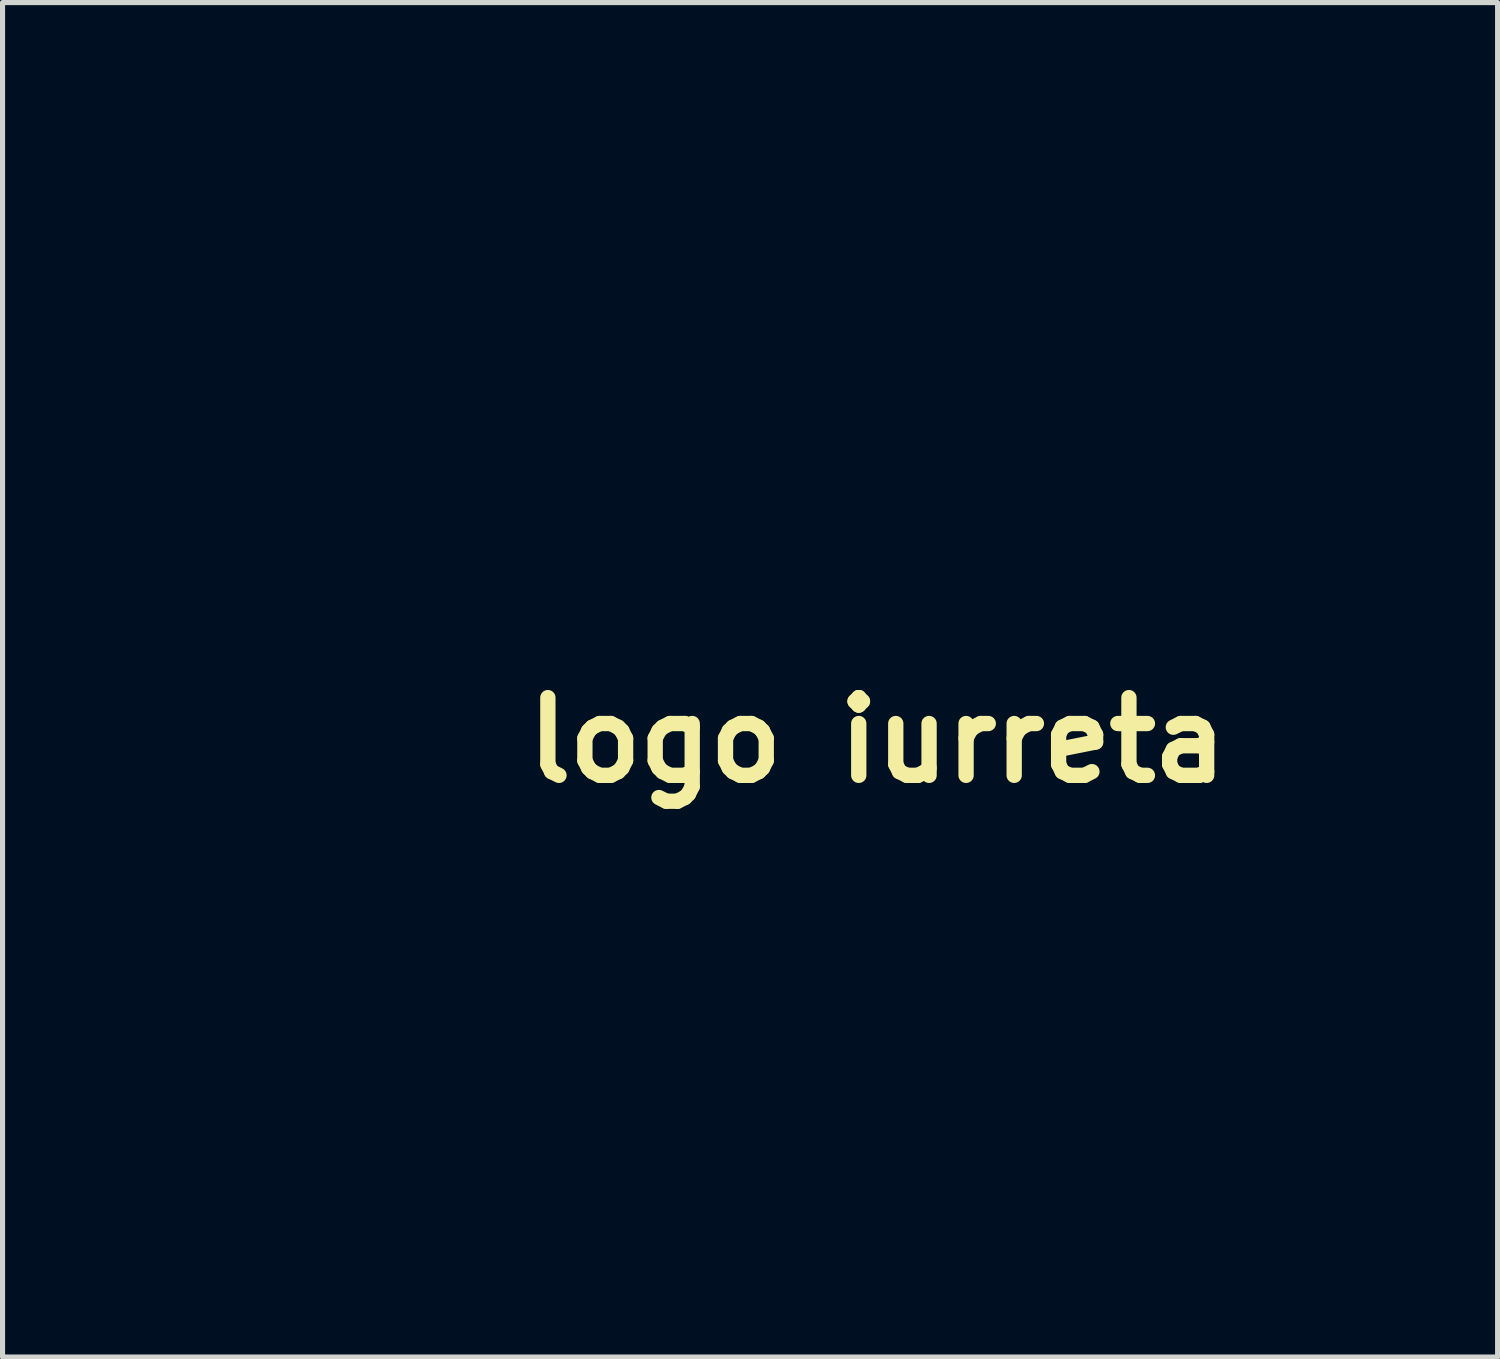
<source format=kicad_pcb>
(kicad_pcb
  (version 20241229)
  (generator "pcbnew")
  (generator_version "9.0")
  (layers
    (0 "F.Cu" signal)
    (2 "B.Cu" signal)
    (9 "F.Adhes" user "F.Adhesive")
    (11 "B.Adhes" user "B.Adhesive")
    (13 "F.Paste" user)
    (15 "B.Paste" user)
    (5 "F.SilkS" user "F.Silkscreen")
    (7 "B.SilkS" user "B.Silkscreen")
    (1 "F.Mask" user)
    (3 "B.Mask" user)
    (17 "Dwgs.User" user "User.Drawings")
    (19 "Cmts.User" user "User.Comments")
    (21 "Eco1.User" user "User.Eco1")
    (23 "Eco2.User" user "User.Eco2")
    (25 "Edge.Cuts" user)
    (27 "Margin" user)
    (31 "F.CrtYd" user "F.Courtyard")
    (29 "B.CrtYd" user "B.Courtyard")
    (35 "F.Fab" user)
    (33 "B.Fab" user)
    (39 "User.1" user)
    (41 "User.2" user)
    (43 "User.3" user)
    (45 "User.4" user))
  (footprint "logo iurreta"
    (layer "F.Cu")
    (at 14.152 11.464)
    (property "Reference" "logo iurreta" (at 0 0 0) (layer "F.SilkS") (effects (font (size 1.524 1.524) (thickness 0.3))))
    (attr through_hole)
    (fp_poly (pts (xy -0.535 2.005) (xy -0.668 2.139) (xy -0.802 2.005) (xy -0.668 1.872) (xy -0.535 2.005)) (stroke (width 0.01) (type solid)) (fill no) (layer "Eco2.User"))
    (fp_poly (pts (xy 2.406 0.936) (xy 2.273 1.069) (xy 2.139 0.936) (xy 2.273 0.802) (xy 2.406 0.936)) (stroke (width 0.01) (type solid)) (fill no) (layer "Eco2.User"))
    (fp_poly (pts (xy -11.314 -3.793) (xy -11.282 -3.375) (xy -11.335 -3.281) (xy -11.457 -3.361) (xy -11.476 -3.632) (xy -11.41 -3.917) (xy -11.314 -3.793)) (stroke (width 0.01) (type solid)) (fill no) (layer "Eco2.User"))
    (fp_poly (pts (xy -11.051 -2.852) (xy -11.019 -2.535) (xy -11.051 -2.495) (xy -11.21 -2.532) (xy -11.229 -2.674) (xy -11.132 -2.894) (xy -11.051 -2.852)) (stroke (width 0.01) (type solid)) (fill no) (layer "Eco2.User"))
    (fp_poly (pts (xy -10.784 -2.05) (xy -10.752 -1.733) (xy -10.784 -1.693) (xy -10.943 -1.73) (xy -10.962 -1.872) (xy -10.864 -2.092) (xy -10.784 -2.05)) (stroke (width 0.01) (type solid)) (fill no) (layer "Eco2.User"))
    (fp_poly (pts (xy -8.912 -3.119) (xy -8.88 -2.802) (xy -8.912 -2.763) (xy -9.071 -2.8) (xy -9.091 -2.941) (xy -8.993 -3.161) (xy -8.912 -3.119)) (stroke (width 0.01) (type solid)) (fill no) (layer "Eco2.User"))
    (fp_poly (pts (xy 0.178 1.693) (xy 0.142 1.852) (xy 0 1.872) (xy -0.22 1.774) (xy -0.178 1.693) (xy 0.139 1.661) (xy 0.178 1.693)) (stroke (width 0.01) (type solid)) (fill no) (layer "Eco2.User"))
    (fp_poly (pts (xy 0.98 1.426) (xy 0.944 1.585) (xy 0.802 1.604) (xy 0.582 1.506) (xy 0.624 1.426) (xy 0.941 1.394) (xy 0.98 1.426)) (stroke (width 0.01) (type solid)) (fill no) (layer "Eco2.User"))
    (fp_poly (pts (xy 1.782 1.159) (xy 1.746 1.318) (xy 1.604 1.337) (xy 1.384 1.239) (xy 1.426 1.159) (xy 1.743 1.127) (xy 1.782 1.159)) (stroke (width 0.01) (type solid)) (fill no) (layer "Eco2.User"))
    (fp_poly (pts (xy -11.592 -5.321) (xy -11.579 -5.275) (xy -11.54 -4.693) (xy -11.589 -4.473) (xy -11.677 -4.464) (xy -11.712 -4.883) (xy -11.712 -4.946) (xy -11.674 -5.361) (xy -11.592 -5.321)) (stroke (width 0.01) (type solid)) (fill no) (layer "Eco2.User"))
    (fp_poly (pts (xy -3.552 -9.024) (xy -3.507 -8.16) (xy -3.552 -7.553) (xy -3.61 -7.387) (xy -3.65 -7.691) (xy -3.663 -8.288) (xy -3.646 -8.948) (xy -3.603 -9.196) (xy -3.552 -9.024)) (stroke (width 0.01) (type solid)) (fill no) (layer "Eco2.User"))
    (fp_poly (pts (xy 4.077 -3.397) (xy 4.204 -3.331) (xy 3.868 -3.289) (xy 3.476 -3.281) (xy 2.898 -3.302) (xy 2.739 -3.355) (xy 2.874 -3.397) (xy 3.653 -3.441) (xy 4.077 -3.397)) (stroke (width 0.01) (type solid)) (fill no) (layer "Eco2.User"))
    (fp_poly (pts (xy 5.263 -0.629) (xy 5.214 -0.535) (xy 4.962 -0.279) (xy 4.915 -0.267) (xy 4.897 -0.44) (xy 4.946 -0.535) (xy 5.198 -0.79) (xy 5.245 -0.802) (xy 5.263 -0.629)) (stroke (width 0.01) (type solid)) (fill no) (layer "Eco2.User"))
    (fp_poly (pts (xy 1.54 -8.854) (xy 1.779 -8.676) (xy 1.548 -8.628) (xy 1.326 -8.634) (xy 0.526 -8.582) (xy 0 -8.478) (xy -0.26 -8.436) (xy -0.037 -8.579) (xy 0.213 -8.698) (xy 1.083 -8.948) (xy 1.54 -8.854)) (stroke (width 0.01) (type solid)) (fill no) (layer "Eco2.User"))
    (fp_poly (pts (xy -10.468 -1.066) (xy -10.164 -0.554) (xy -9.947 -0.128) (xy -9.586 0.681) (xy -9.493 1.03) (xy -9.64 0.908) (xy -10.001 0.304) (xy -10.173 -0.026) (xy -10.485 -0.696) (xy -10.634 -1.139) (xy -10.63 -1.223) (xy -10.468 -1.066)) (stroke (width 0.01) (type solid)) (fill no) (layer "Eco2.User"))
    (fp_poly (pts (xy -11.627 5.595) (xy -11.532 6.257) (xy -11.497 7.217) (xy -11.497 7.219) (xy -11.532 8.179) (xy -11.627 8.842) (xy -11.764 9.091) (xy -11.764 9.091) (xy -11.901 8.843) (xy -11.996 8.18) (xy -12.032 7.221) (xy -12.032 7.219) (xy -11.996 6.259) (xy -11.902 5.595) (xy -11.764 5.347) (xy -11.764 5.347) (xy -11.627 5.595)) (stroke (width 0.01) (type solid)) (fill no) (layer "Eco2.User"))
    (fp_poly (pts (xy 5.575 5.395) (xy 6.059 5.518) (xy 6.149 5.615) (xy 5.926 5.832) (xy 5.615 5.882) (xy 5.304 5.947) (xy 5.144 6.225) (xy 5.085 6.845) (xy 5.08 7.337) (xy 5.035 8.174) (xy 4.918 8.775) (xy 4.813 8.957) (xy 4.656 8.815) (xy 4.565 8.196) (xy 4.545 7.502) (xy 4.526 6.601) (xy 4.442 6.112) (xy 4.252 5.913) (xy 4.011 5.882) (xy 3.576 5.77) (xy 3.476 5.615) (xy 3.716 5.462) (xy 4.331 5.365) (xy 4.813 5.347) (xy 5.575 5.395)) (stroke (width 0.01) (type solid)) (fill no) (layer "Eco2.User"))
    (fp_poly (pts (xy 2.484 5.415) (xy 2.89 5.544) (xy 2.856 5.722) (xy 2.348 5.883) (xy 1.938 5.933) (xy 1.187 6.11) (xy 0.918 6.409) (xy 1.137 6.73) (xy 1.851 6.969) (xy 1.872 6.972) (xy 2.807 7.126) (xy 1.872 7.239) (xy 1.211 7.396) (xy 0.954 7.707) (xy 0.936 7.887) (xy 1.06 8.265) (xy 1.515 8.489) (xy 2.005 8.585) (xy 2.591 8.679) (xy 2.736 8.732) (xy 2.406 8.762) (xy 1.658 8.785) (xy 0.242 8.823) (xy 0.321 7.152) (xy 0.401 5.481) (xy 1.671 5.4) (xy 2.484 5.415)) (stroke (width 0.01) (type solid)) (fill no) (layer "Eco2.User"))
    (fp_poly (pts (xy -10.003 5.587) (xy -9.905 6.197) (xy -9.889 6.617) (xy -9.81 7.706) (xy -9.565 8.328) (xy -9.13 8.532) (xy -8.925 8.513) (xy -8.626 8.358) (xy -8.453 7.955) (xy -8.359 7.178) (xy -8.342 6.882) (xy -8.236 5.894) (xy -8.08 5.427) (xy -7.918 5.478) (xy -7.795 6.041) (xy -7.754 6.942) (xy -7.786 7.888) (xy -7.911 8.443) (xy -8.166 8.75) (xy -8.271 8.814) (xy -9.086 9.068) (xy -9.864 8.855) (xy -9.959 8.802) (xy -10.24 8.504) (xy -10.385 7.94) (xy -10.427 6.98) (xy -10.427 6.938) (xy -10.386 6.089) (xy -10.28 5.514) (xy -10.16 5.347) (xy -10.003 5.587)) (stroke (width 0.01) (type solid)) (fill no) (layer "Eco2.User"))
    (fp_poly (pts (xy 8.011 5.712) (xy 8.362 6.298) (xy 8.715 7.073) (xy 9.003 7.874) (xy 9.16 8.539) (xy 9.119 8.901) (xy 8.863 8.896) (xy 8.698 8.583) (xy 8.325 8.132) (xy 7.735 8.001) (xy 7.137 8.186) (xy 6.772 8.606) (xy 6.509 8.973) (xy 6.324 8.889) (xy 6.311 8.484) (xy 6.488 7.796) (xy 6.581 7.546) (xy 7.271 7.546) (xy 7.484 7.736) (xy 7.754 7.754) (xy 8.161 7.681) (xy 8.233 7.359) (xy 8.162 7.019) (xy 7.992 6.447) (xy 7.866 6.172) (xy 7.663 6.166) (xy 7.459 6.61) (xy 7.345 7.019) (xy 7.271 7.546) (xy 6.581 7.546) (xy 6.787 6.989) (xy 7.142 6.226) (xy 7.485 5.67) (xy 7.728 5.481) (xy 8.011 5.712)) (stroke (width 0.01) (type solid)) (fill no) (layer "Eco2.User"))
    (fp_poly (pts (xy -4.92 5.427) (xy -4.386 5.624) (xy -4.331 5.668) (xy -4.046 6.21) (xy -4.081 6.776) (xy -4.402 7.118) (xy -4.642 7.289) (xy -4.558 7.609) (xy -4.376 7.904) (xy -4.067 8.53) (xy -4.082 8.854) (xy -4.351 8.801) (xy -4.78 8.335) (xy -5.344 7.709) (xy -5.804 7.507) (xy -6.089 7.74) (xy -6.149 8.139) (xy -6.248 8.705) (xy -6.417 8.957) (xy -6.566 8.807) (xy -6.657 8.17) (xy -6.684 7.235) (xy -6.684 6.417) (xy -6.149 6.417) (xy -6.049 6.824) (xy -5.648 6.922) (xy -5.414 6.902) (xy -4.849 6.707) (xy -4.679 6.417) (xy -4.918 6.081) (xy -5.414 5.931) (xy -5.954 5.947) (xy -6.14 6.237) (xy -6.149 6.417) (xy -6.684 6.417) (xy -6.684 5.347) (xy -5.668 5.347) (xy -4.92 5.427)) (stroke (width 0.01) (type solid)) (fill no) (layer "Eco2.User"))
    (fp_poly (pts (xy -1.538 5.394) (xy -0.97 5.505) (xy -0.958 5.51) (xy -0.63 5.872) (xy -0.55 6.441) (xy -0.72 6.954) (xy -0.933 7.121) (xy -1.159 7.293) (xy -1.051 7.61) (xy -0.803 7.946) (xy -0.484 8.488) (xy -0.436 8.879) (xy -0.443 8.891) (xy -0.678 8.88) (xy -1.049 8.577) (xy -1.405 8.142) (xy -1.594 7.732) (xy -1.598 7.687) (xy -1.827 7.522) (xy -2.122 7.486) (xy -2.524 7.647) (xy -2.711 8.202) (xy -2.724 8.314) (xy -2.834 8.822) (xy -2.992 8.951) (xy -3.008 8.938) (xy -3.112 8.582) (xy -3.185 7.857) (xy -3.208 7.041) (xy -3.208 6.435) (xy -2.674 6.435) (xy -2.568 6.829) (xy -2.153 6.921) (xy -1.941 6.902) (xy -1.331 6.674) (xy -1.119 6.35) (xy -1.178 6.013) (xy -1.606 5.889) (xy -1.852 5.882) (xy -2.445 5.96) (xy -2.661 6.256) (xy -2.674 6.435) (xy -3.208 6.435) (xy -3.208 5.347) (xy -2.294 5.347) (xy -1.538 5.394)) (stroke (width 0.01) (type solid)) (fill no) (layer "Eco2.User"))
    (fp_poly (pts (xy -4.103 -11.084) (xy -3.818 -10.511) (xy -3.76 -10.176) (xy -3.841 -10.037) (xy -4.021 -10.366) (xy -4.447 -10.996) (xy -4.998 -11.125) (xy -5.651 -10.763) (xy -6.382 -9.924) (xy -7.058 -8.825) (xy -7.77 -7.518) (xy -7.19 -5.831) (xy -6.893 -4.738) (xy -6.631 -3.373) (xy -6.453 -1.996) (xy -6.432 -1.738) (xy -6.254 0.668) (xy -5.681 -0.591) (xy -5.218 -1.714) (xy -4.773 -2.976) (xy -4.392 -4.222) (xy -4.122 -5.298) (xy -4.011 -6.048) (xy -4.011 -6.089) (xy -3.954 -6.532) (xy -3.834 -6.596) (xy -3.531 -6.628) (xy -2.998 -6.925) (xy -2.831 -7.045) (xy -2.091 -7.557) (xy -1.392 -7.967) (xy -1.337 -7.994) (xy -0.895 -8.199) (xy -0.901 -8.148) (xy -1.203 -7.913) (xy -1.758 -7.5) (xy -2.49 -6.961) (xy -2.717 -6.795) (xy -3.484 -6.063) (xy -3.847 -5.213) (xy -3.866 -5.113) (xy -4.244 -3.539) (xy -4.81 -1.879) (xy -5.477 -0.368) (xy -5.905 0.394) (xy -6.326 1.103) (xy -6.573 1.61) (xy -6.603 1.774) (xy -6.302 1.725) (xy -5.705 1.383) (xy -4.905 0.82) (xy -3.996 0.11) (xy -3.071 -0.675) (xy -2.226 -1.463) (xy -1.665 -2.05) (xy -0.349 -3.607) (xy 0.613 -4.921) (xy 1.283 -6.083) (xy 1.721 -7.188) (xy 1.726 -7.202) (xy 1.94 -7.789) (xy 2.084 -7.984) (xy 2.12 -7.863) (xy 1.941 -6.939) (xy 1.398 -5.78) (xy 0.559 -4.468) (xy -0.509 -3.082) (xy -1.736 -1.703) (xy -3.055 -0.411) (xy -4.398 0.714) (xy -5.695 1.592) (xy -6.106 1.815) (xy -6.942 2.233) (xy -7.561 2.531) (xy -7.839 2.65) (xy -7.844 2.65) (xy -8.101 2.567) (xy -8.668 2.399) (xy -8.717 2.385) (xy -9.633 1.894) (xy -10.615 0.992) (xy -11.593 -0.215) (xy -12.5 -1.62) (xy -13.268 -3.117) (xy -13.827 -4.598) (xy -14.11 -5.959) (xy -14.115 -6.024) (xy -14.116 -6.042) (xy -13.61 -6.042) (xy -13.454 -4.91) (xy -13.194 -3.974) (xy -12.77 -3.026) (xy -12.148 -1.918) (xy -11.421 -0.788) (xy -10.678 0.229) (xy -10.013 0.997) (xy -9.637 1.317) (xy -9.232 1.529) (xy -9.143 1.472) (xy -9.151 1.458) (xy -9.175 1.016) (xy -9.077 0.789) (xy -8.887 0.586) (xy -8.829 0.869) (xy -8.827 0.949) (xy -8.674 1.561) (xy -8.5 1.82) (xy -8.097 1.964) (xy -7.725 1.682) (xy -7.47 1.082) (xy -7.406 0.422) (xy -7.646 -1.08) (xy -8.234 -2.744) (xy -9.095 -4.414) (xy -10.149 -5.932) (xy -10.944 -6.801) (xy -11.764 -7.586) (xy -11.802 -6.667) (xy -11.84 -5.748) (xy -12.003 -6.815) (xy -12.25 -7.568) (xy -12.648 -7.986) (xy -13.095 -8.004) (xy -13.399 -7.713) (xy -13.595 -7.037) (xy -13.61 -6.042) (xy -14.116 -6.042) (xy -14.147 -6.932) (xy -14.023 -7.511) (xy -13.703 -7.954) (xy -13.686 -7.971) (xy -13.126 -8.333) (xy -12.653 -8.393) (xy -12.271 -8.45) (xy -12.138 -8.621) (xy -11.497 -8.621) (xy -11.32 -8.168) (xy -10.863 -7.507) (xy -10.361 -6.931) (xy -9.506 -5.88) (xy -8.646 -4.556) (xy -7.878 -3.135) (xy -7.3 -1.795) (xy -7.046 -0.936) (xy -6.906 -0.298) (xy -6.824 -0.148) (xy -6.759 -0.448) (xy -6.735 -0.637) (xy -6.732 -1.309) (xy -6.817 -2.275) (xy -6.943 -3.14) (xy -7.29 -4.645) (xy -7.782 -6.131) (xy -8.372 -7.507) (xy -9.014 -8.683) (xy -9.662 -9.57) (xy -10.267 -10.076) (xy -10.579 -10.16) (xy -11.002 -9.926) (xy -11.347 -9.357) (xy -11.497 -8.649) (xy -11.497 -8.621) (xy -12.138 -8.621) (xy -11.927 -8.894) (xy -11.717 -9.349) (xy -11.34 -10.071) (xy -10.933 -10.385) (xy -10.631 -10.427) (xy -9.977 -10.203) (xy -9.242 -9.612) (xy -8.562 -8.776) (xy -8.287 -8.309) (xy -7.953 -7.662) (xy -7.486 -8.621) (xy -6.736 -9.942) (xy -5.977 -10.876) (xy -5.251 -11.392) (xy -4.603 -11.459) (xy -4.103 -11.084)) (stroke (width 0.01) (type solid)) (fill no) (layer "Eco2.User")))
  (gr_rect
    (start -3 -3)
    (end 26.316 23.56)
    (stroke (width 0.1) (type default))
    (fill no)
    (layer "Edge.Cuts")))
</source>
